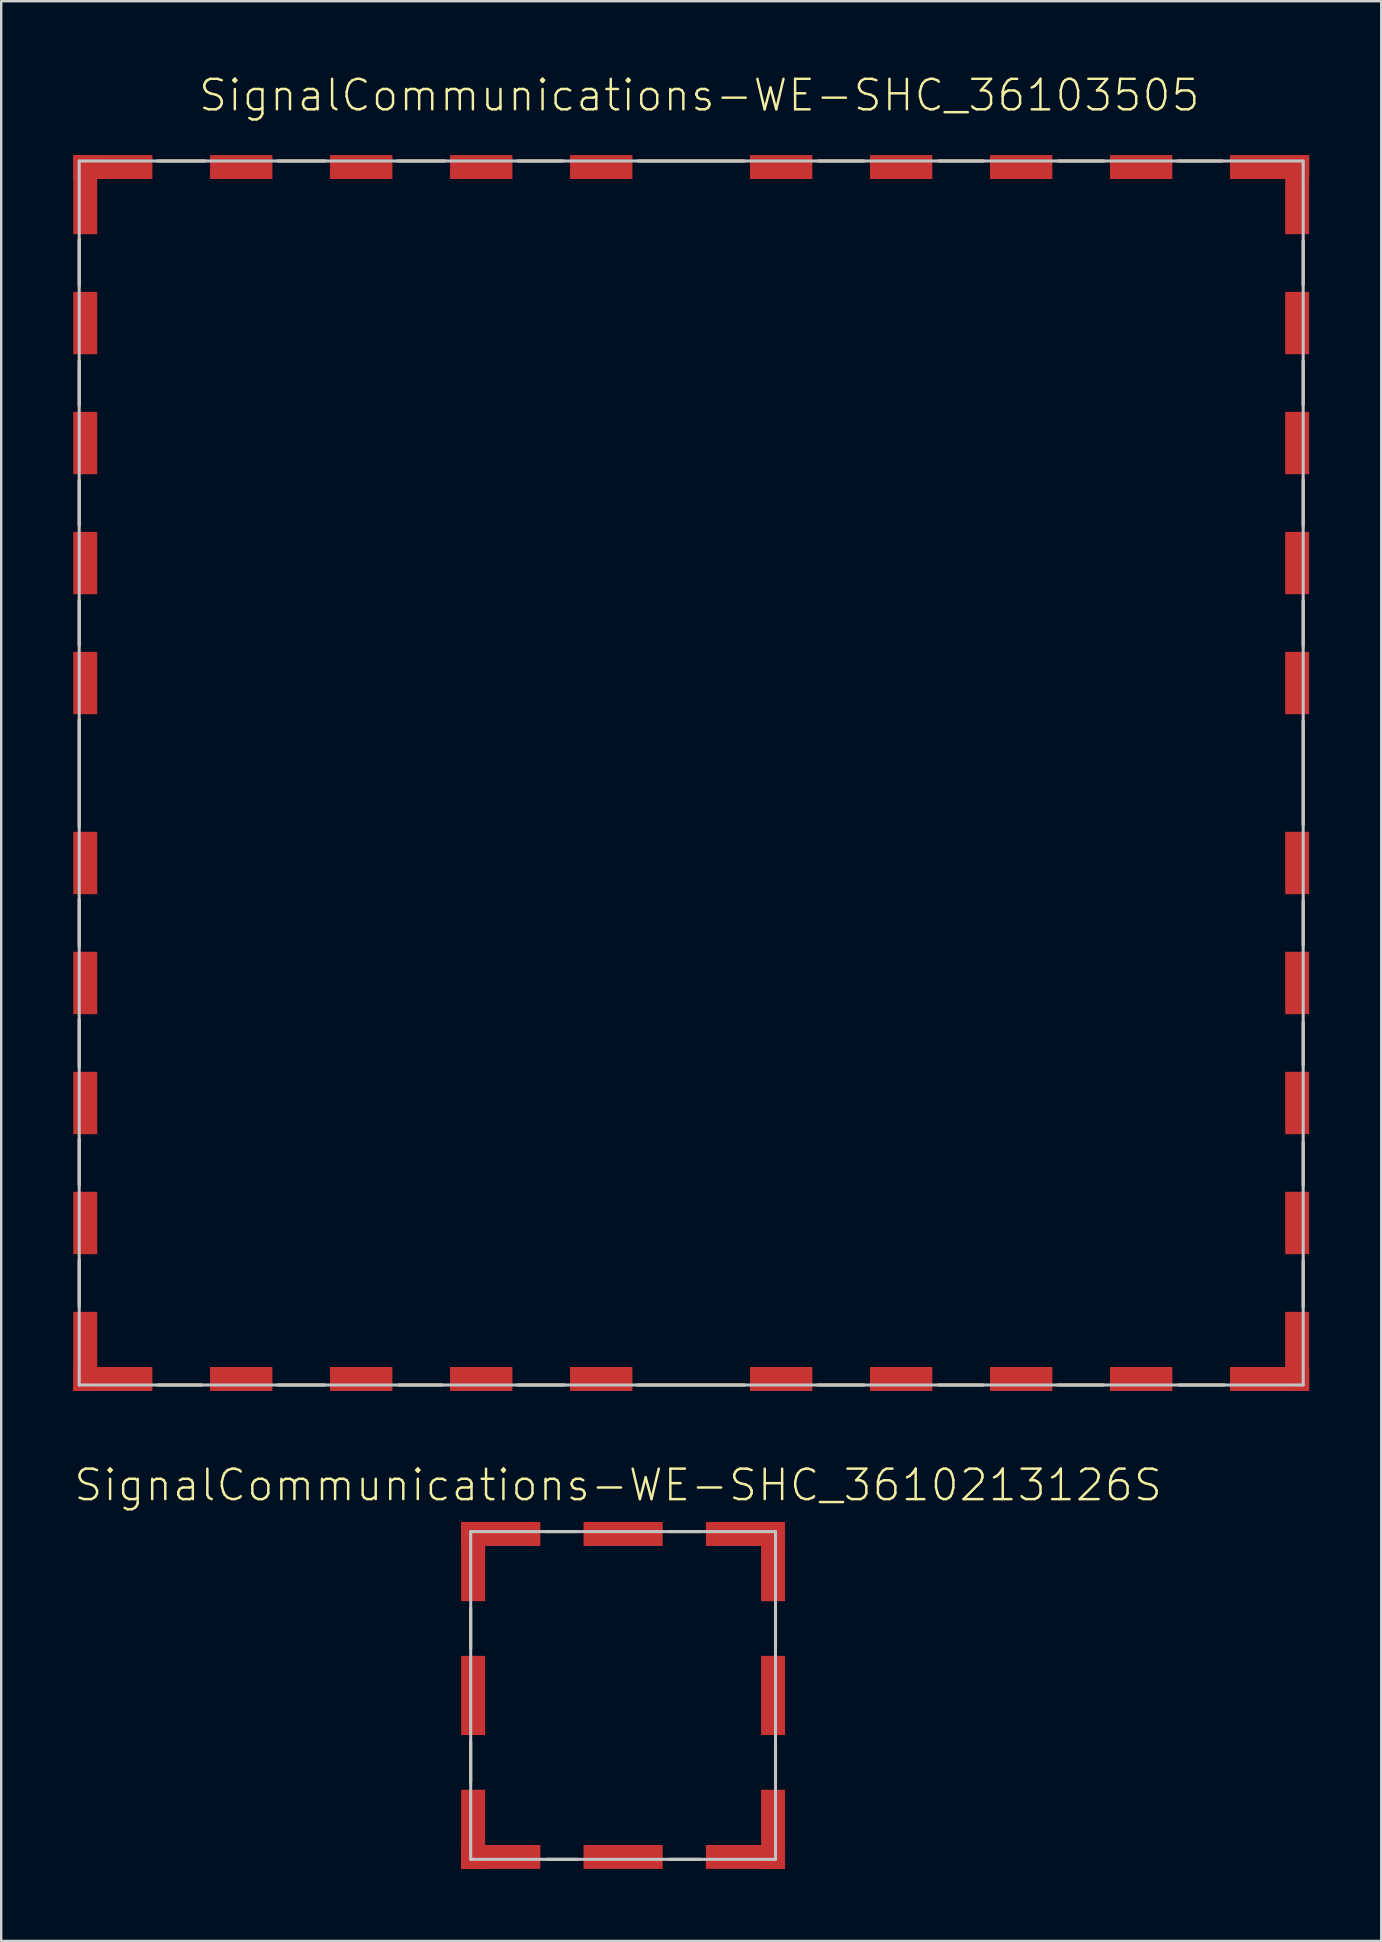
<source format=kicad_pcb>
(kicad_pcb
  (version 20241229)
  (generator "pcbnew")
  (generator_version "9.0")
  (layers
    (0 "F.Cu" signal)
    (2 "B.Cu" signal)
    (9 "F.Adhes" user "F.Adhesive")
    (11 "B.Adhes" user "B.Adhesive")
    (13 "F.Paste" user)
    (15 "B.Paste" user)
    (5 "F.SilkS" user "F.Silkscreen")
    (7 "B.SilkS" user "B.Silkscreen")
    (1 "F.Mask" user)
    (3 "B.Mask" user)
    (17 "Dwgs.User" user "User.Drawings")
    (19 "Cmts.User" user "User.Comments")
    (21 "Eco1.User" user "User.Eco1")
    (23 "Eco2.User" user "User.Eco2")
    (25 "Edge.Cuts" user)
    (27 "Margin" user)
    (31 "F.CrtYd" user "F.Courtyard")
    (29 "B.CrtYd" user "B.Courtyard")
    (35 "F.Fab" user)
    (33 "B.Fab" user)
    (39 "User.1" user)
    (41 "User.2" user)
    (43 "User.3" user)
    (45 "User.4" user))
  (footprint "SignalCommunications-WE-SHC_3610213126S"
    (layer "F.Cu")
    (at 22.912 67.592)
    (property "Reference" "SignalCommunications-WE-SHC_3610213126S" (at -0.208 -8.763 0) (layer "F.SilkS") (effects (font (size 1.27 1.27) (thickness 0.102))))
    (attr smd)
    (fp_line (start -6.35 -3.64) (end -6.35 -1.958) (stroke (width 0.127) (type solid)) (layer "F.SilkS"))
    (fp_line (start -6.35 1.928) (end -6.35 3.609) (stroke (width 0.127) (type solid)) (layer "F.SilkS"))
    (fp_line (start -3.239 -6.828) (end -1.938 -6.828) (stroke (width 0.127) (type solid)) (layer "F.SilkS"))
    (fp_line (start -3.178 6.828) (end -1.908 6.828) (stroke (width 0.127) (type solid)) (layer "F.SilkS"))
    (fp_line (start 1.9 -6.828) (end 3.239 -6.828) (stroke (width 0.127) (type solid)) (layer "F.SilkS"))
    (fp_line (start 1.908 6.828) (end 3.208 6.828) (stroke (width 0.127) (type solid)) (layer "F.SilkS"))
    (fp_line (start 6.35 -3.658) (end 6.35 -1.979) (stroke (width 0.127) (type solid)) (layer "F.SilkS"))
    (fp_line (start 6.35 2.019) (end 6.35 3.698) (stroke (width 0.127) (type solid)) (layer "F.SilkS"))
    (fp_line (start -6.35 -6.828) (end 6.35 -6.828) (stroke (width 0.127) (type solid)) (layer "Dwgs.User"))
    (fp_line (start -6.35 6.828) (end -6.35 -6.828) (stroke (width 0.127) (type solid)) (layer "Dwgs.User"))
    (fp_line (start 6.35 -6.828) (end 6.35 6.828) (stroke (width 0.127) (type solid)) (layer "Dwgs.User"))
    (fp_line (start 6.35 6.828) (end -6.35 6.828) (stroke (width 0.127) (type solid)) (layer "Dwgs.User"))
    (pad "1" smd rect (at 0 -6.728) (size 3.299 0.998) (layers "F.Cu" "F.Mask" "F.Paste"))
    (pad "2" smd rect (at 5.098 -6.728) (size 3.299 0.998) (layers "F.Cu" "F.Mask" "F.Paste"))
    (pad "3" smd rect (at 6.248 -5.578 90) (size 3.299 0.998) (layers "F.Cu" "F.Mask" "F.Paste"))
    (pad "4" smd rect (at 6.248 0 90) (size 3.299 0.998) (layers "F.Cu" "F.Mask" "F.Paste"))
    (pad "5" smd rect (at 6.248 5.578 90) (size 3.299 0.998) (layers "F.Cu" "F.Mask" "F.Paste"))
    (pad "6" smd rect (at 5.098 6.728) (size 3.299 0.998) (layers "F.Cu" "F.Mask" "F.Paste"))
    (pad "7" smd rect (at 0 6.728) (size 3.299 0.998) (layers "F.Cu" "F.Mask" "F.Paste"))
    (pad "8" smd rect (at -5.098 6.728) (size 3.299 0.998) (layers "F.Cu" "F.Mask" "F.Paste"))
    (pad "9" smd rect (at -6.248 5.578 90) (size 3.299 0.998) (layers "F.Cu" "F.Mask" "F.Paste"))
    (pad "10" smd rect (at -6.248 0 90) (size 3.299 0.998) (layers "F.Cu" "F.Mask" "F.Paste"))
    (pad "11" smd rect (at -6.248 -5.578 90) (size 3.299 0.998) (layers "F.Cu" "F.Mask" "F.Paste"))
    (pad "12" smd rect (at -5.098 -6.728) (size 3.299 0.998) (layers "F.Cu" "F.Mask" "F.Paste")))
  (footprint "SignalCommunications-WE-SHC_36103505"
    (layer "F.Cu")
    (at 25.749 29.158)
    (property "Reference" "SignalCommunications-WE-SHC_36103505" (at 0.338 -28.237 0) (layer "F.SilkS") (effects (font (size 1.27 1.27) (thickness 0.102))))
    (attr smd)
    (fp_line (start -25.499 -20.279) (end -25.499 -22.238) (stroke (width 0.127) (type solid)) (layer "F.SilkS"))
    (fp_line (start -25.499 -15.288) (end -25.499 -17.168) (stroke (width 0.127) (type solid)) (layer "F.SilkS"))
    (fp_line (start -25.499 -10.317) (end -25.499 -12.2) (stroke (width 0.127) (type solid)) (layer "F.SilkS"))
    (fp_line (start -25.499 -5.309) (end -25.499 -7.188) (stroke (width 0.127) (type solid)) (layer "F.SilkS"))
    (fp_line (start -25.499 -2.228) (end -25.499 2.248) (stroke (width 0.127) (type solid)) (layer "F.SilkS"))
    (fp_line (start -25.499 5.258) (end -25.499 7.219) (stroke (width 0.127) (type solid)) (layer "F.SilkS"))
    (fp_line (start -25.499 10.259) (end -25.499 12.258) (stroke (width 0.127) (type solid)) (layer "F.SilkS"))
    (fp_line (start -25.499 15.248) (end -25.499 17.178) (stroke (width 0.127) (type solid)) (layer "F.SilkS"))
    (fp_line (start -25.499 20.279) (end -25.499 22.22) (stroke (width 0.127) (type solid)) (layer "F.SilkS"))
    (fp_line (start -22.238 -25.499) (end -20.249 -25.499) (stroke (width 0.127) (type solid)) (layer "F.SilkS"))
    (fp_line (start -22.22 25.499) (end -20.389 25.499) (stroke (width 0.127) (type solid)) (layer "F.SilkS"))
    (fp_line (start -17.229 -25.499) (end -15.24 -25.499) (stroke (width 0.127) (type solid)) (layer "F.SilkS"))
    (fp_line (start -17.219 25.499) (end -15.288 25.499) (stroke (width 0.127) (type solid)) (layer "F.SilkS"))
    (fp_line (start -12.248 -25.499) (end -10.259 -25.499) (stroke (width 0.127) (type solid)) (layer "F.SilkS"))
    (fp_line (start -12.189 25.499) (end -10.368 25.499) (stroke (width 0.127) (type solid)) (layer "F.SilkS"))
    (fp_line (start -7.229 -25.499) (end -5.349 -25.499) (stroke (width 0.127) (type solid)) (layer "F.SilkS"))
    (fp_line (start -7.229 25.499) (end -5.298 25.499) (stroke (width 0.127) (type solid)) (layer "F.SilkS"))
    (fp_line (start -2.238 25.499) (end 2.228 25.499) (stroke (width 0.127) (type solid)) (layer "F.SilkS"))
    (fp_line (start -2.2 -25.499) (end 2.22 -25.499) (stroke (width 0.127) (type solid)) (layer "F.SilkS"))
    (fp_line (start 5.268 25.499) (end 7.198 25.499) (stroke (width 0.127) (type solid)) (layer "F.SilkS"))
    (fp_line (start 5.278 -25.499) (end 7.198 -25.499) (stroke (width 0.127) (type solid)) (layer "F.SilkS"))
    (fp_line (start 10.3 -25.499) (end 12.179 -25.499) (stroke (width 0.127) (type solid)) (layer "F.SilkS"))
    (fp_line (start 10.3 25.499) (end 12.149 25.499) (stroke (width 0.127) (type solid)) (layer "F.SilkS"))
    (fp_line (start 15.268 25.499) (end 17.178 25.499) (stroke (width 0.127) (type solid)) (layer "F.SilkS"))
    (fp_line (start 15.278 -25.499) (end 17.198 -25.499) (stroke (width 0.127) (type solid)) (layer "F.SilkS"))
    (fp_line (start 20.269 -25.499) (end 22.128 -25.499) (stroke (width 0.127) (type solid)) (layer "F.SilkS"))
    (fp_line (start 20.32 25.499) (end 22.21 25.499) (stroke (width 0.127) (type solid)) (layer "F.SilkS"))
    (fp_line (start 25.499 -20.338) (end 25.499 -22.169) (stroke (width 0.127) (type solid)) (layer "F.SilkS"))
    (fp_line (start 25.499 -15.339) (end 25.499 -17.158) (stroke (width 0.127) (type solid)) (layer "F.SilkS"))
    (fp_line (start 25.499 -10.279) (end 25.499 -12.22) (stroke (width 0.127) (type solid)) (layer "F.SilkS"))
    (fp_line (start 25.499 -5.278) (end 25.499 -7.178) (stroke (width 0.127) (type solid)) (layer "F.SilkS"))
    (fp_line (start 25.499 2.149) (end 25.499 -2.159) (stroke (width 0.127) (type solid)) (layer "F.SilkS"))
    (fp_line (start 25.499 7.178) (end 25.499 5.339) (stroke (width 0.127) (type solid)) (layer "F.SilkS"))
    (fp_line (start 25.499 12.169) (end 25.499 10.399) (stroke (width 0.127) (type solid)) (layer "F.SilkS"))
    (fp_line (start 25.499 17.178) (end 25.499 15.38) (stroke (width 0.127) (type solid)) (layer "F.SilkS"))
    (fp_line (start 25.499 22.228) (end 25.499 20.328) (stroke (width 0.127) (type solid)) (layer "F.SilkS"))
    (fp_line (start -25.499 -25.499) (end -25.499 25.499) (stroke (width 0.127) (type solid)) (layer "Dwgs.User"))
    (fp_line (start -25.499 25.499) (end 25.499 25.499) (stroke (width 0.127) (type solid)) (layer "Dwgs.User"))
    (fp_line (start 25.499 -25.499) (end -25.499 -25.499) (stroke (width 0.127) (type solid)) (layer "Dwgs.User"))
    (fp_line (start 25.499 25.499) (end 25.499 -25.499) (stroke (width 0.127) (type solid)) (layer "Dwgs.User"))
    (pad "1" smd rect (at 24.1 -25.248) (size 3.299 0.998) (layers "F.Cu" "F.Mask" "F.Paste"))
    (pad "2" smd rect (at 25.248 -24.1) (size 0.998 3.299) (layers "F.Cu" "F.Mask" "F.Paste"))
    (pad "3" smd rect (at 25.248 -18.748) (size 0.998 2.598) (layers "F.Cu" "F.Mask" "F.Paste"))
    (pad "4" smd rect (at 25.248 -13.749) (size 0.998 2.598) (layers "F.Cu" "F.Mask" "F.Paste"))
    (pad "5" smd rect (at 25.248 -8.748) (size 0.998 2.598) (layers "F.Cu" "F.Mask" "F.Paste"))
    (pad "6" smd rect (at 25.248 -3.749) (size 0.998 2.598) (layers "F.Cu" "F.Mask" "F.Paste"))
    (pad "7" smd rect (at 25.248 3.749) (size 0.998 2.598) (layers "F.Cu" "F.Mask" "F.Paste"))
    (pad "8" smd rect (at 25.248 8.748) (size 0.998 2.598) (layers "F.Cu" "F.Mask" "F.Paste"))
    (pad "9" smd rect (at 25.248 13.749) (size 0.998 2.598) (layers "F.Cu" "F.Mask" "F.Paste"))
    (pad "10" smd rect (at 25.248 18.748) (size 0.998 2.598) (layers "F.Cu" "F.Mask" "F.Paste"))
    (pad "11" smd rect (at 25.248 24.1) (size 0.998 3.299) (layers "F.Cu" "F.Mask" "F.Paste"))
    (pad "12" smd rect (at 24.1 25.248) (size 3.299 0.998) (layers "F.Cu" "F.Mask" "F.Paste"))
    (pad "13" smd rect (at 18.748 25.248) (size 2.598 0.998) (layers "F.Cu" "F.Mask" "F.Paste"))
    (pad "14" smd rect (at 13.749 25.248) (size 2.598 0.998) (layers "F.Cu" "F.Mask" "F.Paste"))
    (pad "15" smd rect (at 8.748 25.248) (size 2.598 0.998) (layers "F.Cu" "F.Mask" "F.Paste"))
    (pad "16" smd rect (at 3.749 25.248) (size 2.598 0.998) (layers "F.Cu" "F.Mask" "F.Paste"))
    (pad "17" smd rect (at -3.749 25.248) (size 2.598 0.998) (layers "F.Cu" "F.Mask" "F.Paste"))
    (pad "18" smd rect (at -8.748 25.248) (size 2.598 0.998) (layers "F.Cu" "F.Mask" "F.Paste"))
    (pad "19" smd rect (at -13.749 25.248) (size 2.598 0.998) (layers "F.Cu" "F.Mask" "F.Paste"))
    (pad "20" smd rect (at -18.748 25.248) (size 2.598 0.998) (layers "F.Cu" "F.Mask" "F.Paste"))
    (pad "21" smd rect (at -24.1 25.248) (size 3.299 0.998) (layers "F.Cu" "F.Mask" "F.Paste"))
    (pad "22" smd rect (at -25.248 24.1) (size 0.998 3.299) (layers "F.Cu" "F.Mask" "F.Paste"))
    (pad "23" smd rect (at -25.248 18.748) (size 0.998 2.598) (layers "F.Cu" "F.Mask" "F.Paste"))
    (pad "24" smd rect (at -25.248 13.749) (size 0.998 2.598) (layers "F.Cu" "F.Mask" "F.Paste"))
    (pad "25" smd rect (at -25.248 8.748) (size 0.998 2.598) (layers "F.Cu" "F.Mask" "F.Paste"))
    (pad "26" smd rect (at -25.248 3.749) (size 0.998 2.598) (layers "F.Cu" "F.Mask" "F.Paste"))
    (pad "27" smd rect (at -25.248 -3.749) (size 0.998 2.598) (layers "F.Cu" "F.Mask" "F.Paste"))
    (pad "28" smd rect (at -25.248 -8.748) (size 0.998 2.598) (layers "F.Cu" "F.Mask" "F.Paste"))
    (pad "29" smd rect (at -25.248 -13.749) (size 0.998 2.598) (layers "F.Cu" "F.Mask" "F.Paste"))
    (pad "30" smd rect (at -25.248 -18.748) (size 0.998 2.598) (layers "F.Cu" "F.Mask" "F.Paste"))
    (pad "31" smd rect (at -25.248 -24.1) (size 0.998 3.299) (layers "F.Cu" "F.Mask" "F.Paste"))
    (pad "32" smd rect (at -24.1 -25.248) (size 3.299 0.998) (layers "F.Cu" "F.Mask" "F.Paste"))
    (pad "33" smd rect (at -18.748 -25.248) (size 2.598 0.998) (layers "F.Cu" "F.Mask" "F.Paste"))
    (pad "34" smd rect (at -13.749 -25.248) (size 2.598 0.998) (layers "F.Cu" "F.Mask" "F.Paste"))
    (pad "35" smd rect (at -8.748 -25.248) (size 2.598 0.998) (layers "F.Cu" "F.Mask" "F.Paste"))
    (pad "36" smd rect (at -3.749 -25.248) (size 2.598 0.998) (layers "F.Cu" "F.Mask" "F.Paste"))
    (pad "37" smd rect (at 3.749 -25.248) (size 2.598 0.998) (layers "F.Cu" "F.Mask" "F.Paste"))
    (pad "38" smd rect (at 8.748 -25.248) (size 2.598 0.998) (layers "F.Cu" "F.Mask" "F.Paste"))
    (pad "39" smd rect (at 13.749 -25.248) (size 2.598 0.998) (layers "F.Cu" "F.Mask" "F.Paste"))
    (pad "40" smd rect (at 18.748 -25.248) (size 2.598 0.998) (layers "F.Cu" "F.Mask" "F.Paste")))
  (gr_rect
    (start -3 -3)
    (end 54.498 77.82)
    (stroke (width 0.1) (type default))
    (fill no)
    (layer "Edge.Cuts")))
</source>
